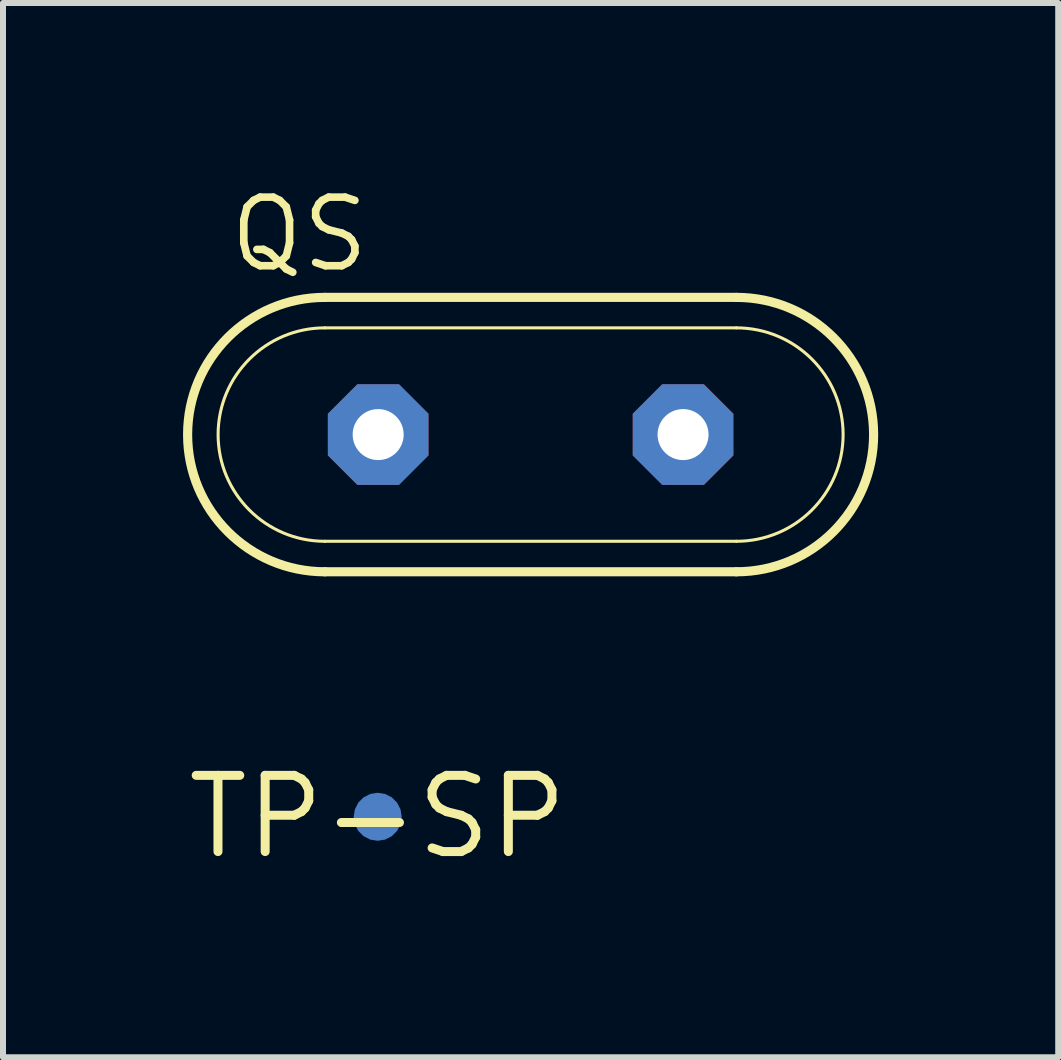
<source format=kicad_pcb>
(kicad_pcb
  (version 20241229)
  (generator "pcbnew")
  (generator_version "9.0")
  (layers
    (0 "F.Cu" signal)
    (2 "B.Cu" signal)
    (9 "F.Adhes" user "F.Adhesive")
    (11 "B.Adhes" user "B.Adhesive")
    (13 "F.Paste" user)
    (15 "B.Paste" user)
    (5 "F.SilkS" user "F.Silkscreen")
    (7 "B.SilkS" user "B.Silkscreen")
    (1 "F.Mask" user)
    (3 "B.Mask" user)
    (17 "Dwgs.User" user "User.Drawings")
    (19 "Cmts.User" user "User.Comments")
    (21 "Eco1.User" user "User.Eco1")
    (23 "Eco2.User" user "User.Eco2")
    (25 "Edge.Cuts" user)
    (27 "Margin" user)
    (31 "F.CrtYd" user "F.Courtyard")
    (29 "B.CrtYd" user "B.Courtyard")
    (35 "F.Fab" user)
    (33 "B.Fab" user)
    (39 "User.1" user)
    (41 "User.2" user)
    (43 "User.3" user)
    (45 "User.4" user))
  (footprint "TP-SP"
    (layer "F.Cu")
    (at 3.243 10.559)
    (property "Reference" "TP-SP" (at 0 0 0) (layer "F.SilkS") (effects (font (size 1.27 1.27) (thickness 0.15))))
    (pad "X" smd roundrect (at 0 0) (size 0.8 0.8) (layers "B.Cu" "B.Mask") (roundrect_rratio 0.5)))
  (footprint "QS"
    (layer "F.Cu")
    (at 5.791 4.191)
    (property "Reference" "QS" (at -5.08 -2.667 0) (layer "F.SilkS") (effects (font (size 1.143 1.143) (thickness 0.127)) (justify left bottom)))
    (fp_line (start -3.429 1.778) (end 3.429 1.778) (stroke (width 0.051) (type solid)) (layer "F.SilkS"))
    (fp_line (start -3.429 2.286) (end 3.429 2.286) (stroke (width 0.152) (type solid)) (layer "F.SilkS"))
    (fp_line (start 3.429 -2.286) (end -3.429 -2.286) (stroke (width 0.152) (type solid)) (layer "F.SilkS"))
    (fp_line (start 3.429 -1.778) (end -3.429 -1.778) (stroke (width 0.051) (type solid)) (layer "F.SilkS"))
    (fp_arc (start -3.429 1.778) (mid -5.207 0) (end -3.429 -1.778) (stroke (width 0.0508) (type solid)) (layer "F.SilkS"))
    (fp_arc (start -3.429 2.286) (mid -5.715 0) (end -3.429 -2.286) (stroke (width 0.1524) (type solid)) (layer "F.SilkS"))
    (fp_arc (start 3.429 -2.286) (mid 5.715 0) (end 3.429 2.286) (stroke (width 0.1524) (type solid)) (layer "F.SilkS"))
    (fp_arc (start 3.429 -1.778) (mid 5.207 0) (end 3.429 1.778) (stroke (width 0.0508) (type solid)) (layer "F.SilkS"))
    (pad "1" thru_hole roundrect (at -2.54 0 90) (size 1.676 1.676) (drill 0.85) (layers "*.Cu" "*.Mask") (roundrect_rratio 0.25) (chamfer_ratio 0.293) (chamfer top_left top_right bottom_left bottom_right))
    (pad "2" thru_hole roundrect (at 2.54 0 90) (size 1.676 1.676) (drill 0.85) (layers "*.Cu" "*.Mask") (roundrect_rratio 0.25) (chamfer_ratio 0.293) (chamfer top_left top_right bottom_left bottom_right)))
  (gr_rect
    (start -3 -3)
    (end 14.582 14.566)
    (stroke (width 0.1) (type default))
    (fill no)
    (layer "Edge.Cuts")))
</source>
